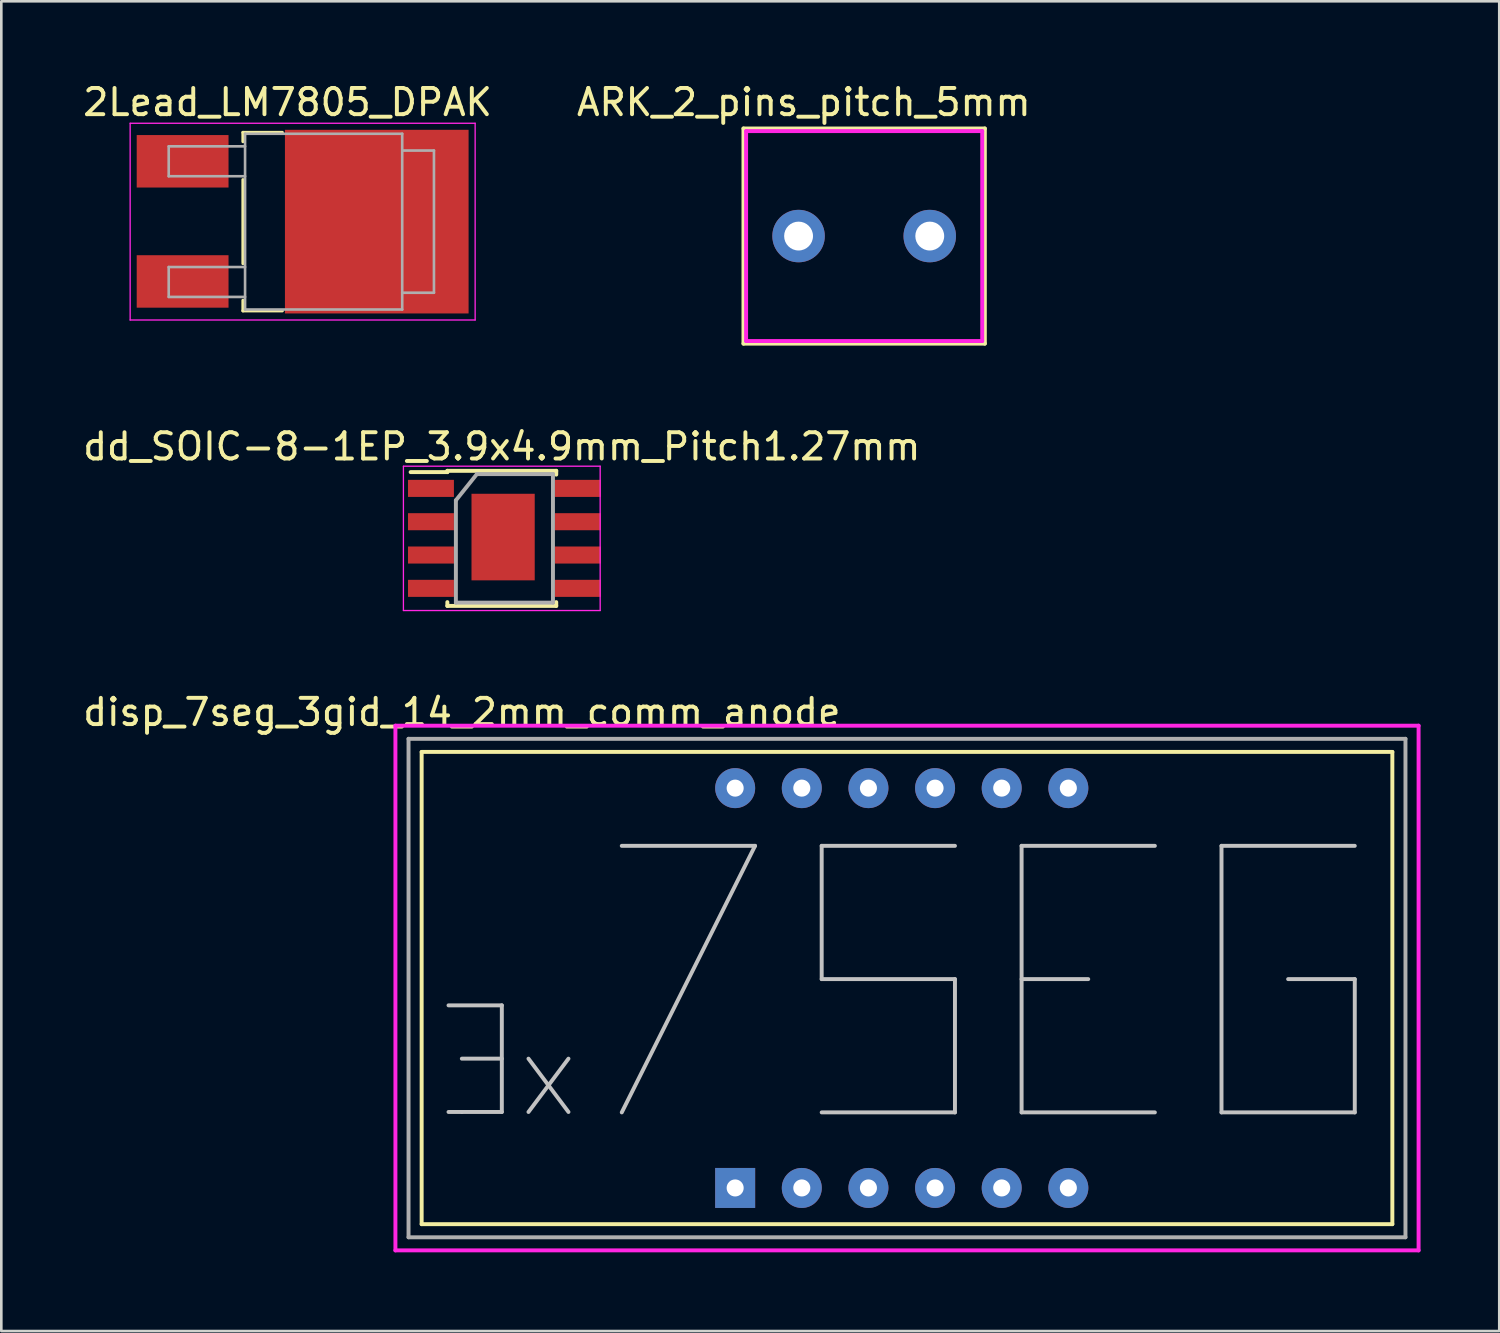
<source format=kicad_pcb>
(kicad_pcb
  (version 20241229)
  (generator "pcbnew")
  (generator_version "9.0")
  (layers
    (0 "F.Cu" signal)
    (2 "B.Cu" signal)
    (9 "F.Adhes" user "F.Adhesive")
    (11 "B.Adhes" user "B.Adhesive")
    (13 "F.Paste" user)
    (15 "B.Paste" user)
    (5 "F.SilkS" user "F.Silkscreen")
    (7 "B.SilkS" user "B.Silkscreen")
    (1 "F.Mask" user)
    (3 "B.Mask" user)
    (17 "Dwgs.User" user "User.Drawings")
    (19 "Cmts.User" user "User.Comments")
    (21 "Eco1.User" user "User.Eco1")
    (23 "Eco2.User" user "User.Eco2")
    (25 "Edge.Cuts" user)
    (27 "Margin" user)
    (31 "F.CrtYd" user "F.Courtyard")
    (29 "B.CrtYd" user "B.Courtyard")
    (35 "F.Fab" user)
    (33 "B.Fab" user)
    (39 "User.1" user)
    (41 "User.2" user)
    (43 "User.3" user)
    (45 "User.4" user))
  (footprint "2Lead_LM7805_DPAK"
    (layer "F.Cu")
    (at 7.611 5.388)
    (property "Reference" "2Lead_LM7805_DPAK" (at 0.3 -4.54 0) (layer "F.SilkS") (effects (font (size 1 1) (thickness 0.15))))
    (attr smd)
    (fp_line (start -1.4 -3.39) (end 0.1 -3.39) (stroke (width 0.12) (type solid)) (layer "F.SilkS"))
    (fp_line (start -1.4 -3.04) (end -1.4 -3.39) (stroke (width 0.12) (type solid)) (layer "F.SilkS"))
    (fp_line (start -1.4 1.61) (end -1.4 -1.59) (stroke (width 0.12) (type solid)) (layer "F.SilkS"))
    (fp_line (start -1.4 3.41) (end -1.4 3.01) (stroke (width 0.12) (type solid)) (layer "F.SilkS"))
    (fp_line (start 0.1 3.41) (end -1.4 3.41) (stroke (width 0.12) (type solid)) (layer "F.SilkS"))
    (fp_line (start -5.7 3.76) (end -5.7 -3.74) (stroke (width 0.05) (type solid)) (layer "F.CrtYd"))
    (fp_line (start -5.7 3.76) (end 7.45 3.76) (stroke (width 0.05) (type solid)) (layer "F.CrtYd"))
    (fp_line (start 7.45 -3.74) (end -5.7 -3.74) (stroke (width 0.05) (type solid)) (layer "F.CrtYd"))
    (fp_line (start 7.45 -3.74) (end 7.45 3.76) (stroke (width 0.05) (type solid)) (layer "F.CrtYd"))
    (fp_line (start -4.23 -2.86) (end -4.23 -1.72) (stroke (width 0.1) (type solid)) (layer "F.Fab"))
    (fp_line (start -4.23 -1.72) (end -1.32 -1.72) (stroke (width 0.1) (type solid)) (layer "F.Fab"))
    (fp_line (start -4.23 1.74) (end -4.23 2.88) (stroke (width 0.1) (type solid)) (layer "F.Fab"))
    (fp_line (start -4.23 2.88) (end -1.32 2.88) (stroke (width 0.1) (type solid)) (layer "F.Fab"))
    (fp_line (start -1.32 -2.86) (end -4.23 -2.86) (stroke (width 0.1) (type solid)) (layer "F.Fab"))
    (fp_line (start -1.32 1.74) (end -4.23 1.74) (stroke (width 0.1) (type solid)) (layer "F.Fab"))
    (fp_line (start -1.32 3.36) (end -1.32 -3.34) (stroke (width 0.1) (type solid)) (layer "F.Fab"))
    (fp_line (start -1.32 3.36) (end 4.67 3.36) (stroke (width 0.1) (type solid)) (layer "F.Fab"))
    (fp_line (start 4.67 -3.34) (end -1.32 -3.34) (stroke (width 0.1) (type solid)) (layer "F.Fab"))
    (fp_line (start 4.67 3.36) (end 4.67 -3.34) (stroke (width 0.1) (type solid)) (layer "F.Fab"))
    (fp_line (start 4.68 -2.7) (end 5.88 -2.7) (stroke (width 0.1) (type solid)) (layer "F.Fab"))
    (fp_line (start 5.88 -2.7) (end 5.88 2.72) (stroke (width 0.1) (type solid)) (layer "F.Fab"))
    (fp_line (start 5.88 2.72) (end 4.67 2.72) (stroke (width 0.1) (type solid)) (layer "F.Fab"))
    (pad "GND" smd rect (at 3.7 0.01 270) (size 7 7) (layers "F.Cu" "F.Mask" "F.Paste"))
    (pad "VI" smd rect (at -3.7 -2.29 270) (size 2 3.5) (layers "F.Cu" "F.Mask" "F.Paste"))
    (pad "VO" smd rect (at -3.7 2.29 270) (size 2 3.5) (layers "F.Cu" "F.Mask" "F.Paste")))
  (footprint "ARK_2_pins_pitch_5mm"
    (layer "F.Cu")
    (at 27.389 5.948)
    (property "Reference" "ARK_2_pins_pitch_5mm" (at 0.2 -5.1 0) (layer "F.SilkS") (effects (font (size 1 1) (thickness 0.15))))
    (attr through_hole)
    (fp_line (start -2.1 -4.1) (end 7.1 -4.1) (stroke (width 0.15) (type solid)) (layer "F.SilkS"))
    (fp_line (start -2.1 4.1) (end -2.1 -4.1) (stroke (width 0.15) (type solid)) (layer "F.SilkS"))
    (fp_line (start 7.1 -4.1) (end 7.1 4.1) (stroke (width 0.15) (type solid)) (layer "F.SilkS"))
    (fp_line (start 7.1 4.1) (end -2.1 4.1) (stroke (width 0.15) (type solid)) (layer "F.SilkS"))
    (fp_line (start -2 -4) (end 7 -4) (stroke (width 0.15) (type solid)) (layer "F.CrtYd"))
    (fp_line (start -2 4) (end -2 -4) (stroke (width 0.15) (type solid)) (layer "F.CrtYd"))
    (fp_line (start 7 -4) (end 7 4) (stroke (width 0.15) (type solid)) (layer "F.CrtYd"))
    (fp_line (start 7 4) (end -2 4) (stroke (width 0.15) (type solid)) (layer "F.CrtYd"))
    (pad "1" thru_hole circle (at 0 0) (size 2 2) (drill 1.1) (layers "*.Cu" "*.Mask"))
    (pad "2" thru_hole circle (at 5 0) (size 2 2) (drill 1.1) (layers "*.Cu" "*.Mask")))
  (footprint "disp_7seg_3gid_14_2mm_comm_anode"
    (layer "F.Cu")
    (at 12.522 25.111)
    (property "Reference" "disp_7seg_3gid_14_2mm_comm_anode" (at 2.032 -1.016 0) (layer "F.SilkS") (effects (font (size 1 1) (thickness 0.15))))
    (attr through_hole)
    (fp_line (start 0.5 0.5) (end 37.5 0.5) (stroke (width 0.15) (type solid)) (layer "F.SilkS"))
    (fp_line (start 0.5 18.5) (end 0.5 0.5) (stroke (width 0.15) (type solid)) (layer "F.SilkS"))
    (fp_line (start 37.5 0.5) (end 37.5 18.5) (stroke (width 0.15) (type solid)) (layer "F.SilkS"))
    (fp_line (start 37.5 18.5) (end 0.5 18.5) (stroke (width 0.15) (type solid)) (layer "F.SilkS"))
    (fp_line (start 1.524 10.16) (end 3.556 10.16) (stroke (width 0.15) (type solid)) (layer "Dwgs.User"))
    (fp_line (start 2.032 14.224) (end 1.524 14.224) (stroke (width 0.15) (type solid)) (layer "Dwgs.User"))
    (fp_line (start 3.556 10.16) (end 3.556 14.224) (stroke (width 0.15) (type solid)) (layer "Dwgs.User"))
    (fp_line (start 3.556 12.192) (end 2.032 12.192) (stroke (width 0.15) (type solid)) (layer "Dwgs.User"))
    (fp_line (start 3.556 14.224) (end 2.032 14.224) (stroke (width 0.15) (type solid)) (layer "Dwgs.User"))
    (fp_line (start 4.572 12.192) (end 6.096 14.224) (stroke (width 0.15) (type solid)) (layer "Dwgs.User"))
    (fp_line (start 4.572 14.224) (end 6.096 12.192) (stroke (width 0.15) (type solid)) (layer "Dwgs.User"))
    (fp_line (start 8.128 4.08) (end 13.208 4.08) (stroke (width 0.15) (type solid)) (layer "Dwgs.User"))
    (fp_line (start 13.208 4.08) (end 8.128 14.24) (stroke (width 0.15) (type solid)) (layer "Dwgs.User"))
    (fp_line (start 15.748 4.08) (end 15.748 9.16) (stroke (width 0.15) (type solid)) (layer "Dwgs.User"))
    (fp_line (start 15.748 9.16) (end 20.828 9.16) (stroke (width 0.15) (type solid)) (layer "Dwgs.User"))
    (fp_line (start 20.828 4.08) (end 15.748 4.08) (stroke (width 0.15) (type solid)) (layer "Dwgs.User"))
    (fp_line (start 20.828 9.16) (end 20.828 14.24) (stroke (width 0.15) (type solid)) (layer "Dwgs.User"))
    (fp_line (start 20.828 14.24) (end 15.748 14.24) (stroke (width 0.15) (type solid)) (layer "Dwgs.User"))
    (fp_line (start 23.368 4.08) (end 23.368 14.24) (stroke (width 0.15) (type solid)) (layer "Dwgs.User"))
    (fp_line (start 23.368 9.16) (end 25.908 9.16) (stroke (width 0.15) (type solid)) (layer "Dwgs.User"))
    (fp_line (start 23.368 14.24) (end 28.448 14.24) (stroke (width 0.15) (type solid)) (layer "Dwgs.User"))
    (fp_line (start 28.448 4.08) (end 23.368 4.08) (stroke (width 0.15) (type solid)) (layer "Dwgs.User"))
    (fp_line (start 30.988 4.08) (end 30.988 14.24) (stroke (width 0.15) (type solid)) (layer "Dwgs.User"))
    (fp_line (start 30.988 14.24) (end 36.068 14.24) (stroke (width 0.15) (type solid)) (layer "Dwgs.User"))
    (fp_line (start 36.068 4.08) (end 30.988 4.08) (stroke (width 0.15) (type solid)) (layer "Dwgs.User"))
    (fp_line (start 36.068 9.16) (end 33.528 9.16) (stroke (width 0.15) (type solid)) (layer "Dwgs.User"))
    (fp_line (start 36.068 14.24) (end 36.068 9.16) (stroke (width 0.15) (type solid)) (layer "Dwgs.User"))
    (fp_line (start -0.5 -0.5) (end -0.5 19.5) (stroke (width 0.15) (type solid)) (layer "F.CrtYd"))
    (fp_line (start -0.5 19.5) (end 38.5 19.5) (stroke (width 0.15) (type solid)) (layer "F.CrtYd"))
    (fp_line (start 38.5 -0.5) (end -0.5 -0.5) (stroke (width 0.15) (type solid)) (layer "F.CrtYd"))
    (fp_line (start 38.5 19.5) (end 38.5 -0.5) (stroke (width 0.15) (type solid)) (layer "F.CrtYd"))
    (fp_line (start 0 0) (end 38 0) (stroke (width 0.15) (type solid)) (layer "F.Fab"))
    (fp_line (start 0 19) (end 0 0) (stroke (width 0.15) (type solid)) (layer "F.Fab"))
    (fp_line (start 38 0) (end 38 19) (stroke (width 0.15) (type solid)) (layer "F.Fab"))
    (fp_line (start 38 19) (end 0 19) (stroke (width 0.15) (type solid)) (layer "F.Fab"))
    (pad "1" thru_hole rect (at 12.45 17.12) (size 1.524 1.524) (drill 0.65) (layers "*.Cu" "*.Mask"))
    (pad "2" thru_hole circle (at 14.99 17.12) (size 1.524 1.524) (drill 0.65) (layers "*.Cu" "*.Mask"))
    (pad "3" thru_hole circle (at 17.53 17.12) (size 1.524 1.524) (drill 0.65) (layers "*.Cu" "*.Mask"))
    (pad "4" thru_hole circle (at 20.07 17.12) (size 1.524 1.524) (drill 0.65) (layers "*.Cu" "*.Mask"))
    (pad "5" thru_hole circle (at 22.61 17.12) (size 1.524 1.524) (drill 0.65) (layers "*.Cu" "*.Mask"))
    (pad "6" thru_hole circle (at 25.15 17.12) (size 1.524 1.524) (drill 0.65) (layers "*.Cu" "*.Mask"))
    (pad "7" thru_hole circle (at 25.15 1.88) (size 1.524 1.524) (drill 0.65) (layers "*.Cu" "*.Mask"))
    (pad "8" thru_hole circle (at 22.61 1.88) (size 1.524 1.524) (drill 0.65) (layers "*.Cu" "*.Mask"))
    (pad "9" thru_hole circle (at 20.07 1.88) (size 1.524 1.524) (drill 0.65) (layers "*.Cu" "*.Mask"))
    (pad "10" thru_hole circle (at 17.53 1.88) (size 1.524 1.524) (drill 0.65) (layers "*.Cu" "*.Mask"))
    (pad "11" thru_hole circle (at 14.99 1.88) (size 1.524 1.524) (drill 0.65) (layers "*.Cu" "*.Mask"))
    (pad "12" thru_hole circle (at 12.45 1.88) (size 1.524 1.524) (drill 0.65) (layers "*.Cu" "*.Mask")))
  (footprint "dd_SOIC-8-1EP_3.9x4.9mm_Pitch1.27mm"
    (layer "F.Cu")
    (at 16.077 17.471)
    (property "Reference" "dd_SOIC-8-1EP_3.9x4.9mm_Pitch1.27mm" (at 0 -3.5 0) (layer "F.SilkS") (effects (font (size 1 1) (thickness 0.15))))
    (attr smd)
    (fp_line (start -2.075 -2.575) (end -2.075 -2.525) (stroke (width 0.15) (type solid)) (layer "F.SilkS"))
    (fp_line (start -2.075 -2.575) (end 2.075 -2.575) (stroke (width 0.15) (type solid)) (layer "F.SilkS"))
    (fp_line (start -2.075 -2.525) (end -3.475 -2.525) (stroke (width 0.15) (type solid)) (layer "F.SilkS"))
    (fp_line (start -2.075 2.575) (end -2.075 2.43) (stroke (width 0.15) (type solid)) (layer "F.SilkS"))
    (fp_line (start -2.075 2.575) (end 2.075 2.575) (stroke (width 0.15) (type solid)) (layer "F.SilkS"))
    (fp_line (start 2.075 -2.575) (end 2.075 -2.43) (stroke (width 0.15) (type solid)) (layer "F.SilkS"))
    (fp_line (start 2.075 2.575) (end 2.075 2.43) (stroke (width 0.15) (type solid)) (layer "F.SilkS"))
    (fp_line (start -3.75 -2.75) (end -3.75 2.75) (stroke (width 0.05) (type solid)) (layer "F.CrtYd"))
    (fp_line (start -3.75 -2.75) (end 3.75 -2.75) (stroke (width 0.05) (type solid)) (layer "F.CrtYd"))
    (fp_line (start -3.75 2.75) (end 3.75 2.75) (stroke (width 0.05) (type solid)) (layer "F.CrtYd"))
    (fp_line (start 3.75 -2.75) (end 3.75 2.75) (stroke (width 0.05) (type solid)) (layer "F.CrtYd"))
    (fp_line (start -1.75 -1.45) (end -0.95 -2.45) (stroke (width 0.15) (type solid)) (layer "F.Fab"))
    (fp_line (start -1.75 2.45) (end -1.75 -1.45) (stroke (width 0.15) (type solid)) (layer "F.Fab"))
    (fp_line (start -0.95 -2.45) (end 1.95 -2.45) (stroke (width 0.15) (type solid)) (layer "F.Fab"))
    (fp_line (start 1.95 -2.45) (end 1.95 2.45) (stroke (width 0.15) (type solid)) (layer "F.Fab"))
    (fp_line (start 1.95 2.45) (end -1.75 2.45) (stroke (width 0.15) (type solid)) (layer "F.Fab"))
    (pad "1" smd rect (at -2.7 -1.905) (size 1.75 0.65) (layers "F.Cu" "F.Mask" "F.Paste"))
    (pad "2" smd rect (at -2.7 -0.635) (size 1.75 0.65) (layers "F.Cu" "F.Mask" "F.Paste"))
    (pad "3" smd rect (at -2.7 0.635) (size 1.75 0.65) (layers "F.Cu" "F.Mask" "F.Paste"))
    (pad "4" smd rect (at -2.7 1.905) (size 1.75 0.65) (layers "F.Cu" "F.Mask" "F.Paste"))
    (pad "5" smd rect (at 2.9 1.905) (size 1.75 0.65) (layers "F.Cu" "F.Mask" "F.Paste"))
    (pad "6" smd rect (at 2.9 0.635) (size 1.75 0.65) (layers "F.Cu" "F.Mask" "F.Paste"))
    (pad "7" smd rect (at 2.9 -0.635) (size 1.75 0.65) (layers "F.Cu" "F.Mask" "F.Paste"))
    (pad "8" smd rect (at 2.9 -1.905) (size 1.75 0.65) (layers "F.Cu" "F.Mask" "F.Paste"))
    (pad "9" smd rect (at 0.05 -0.05) (size 2.41 3.3) (layers "F.Cu" "F.Mask" "F.Paste")))
  (gr_rect
    (start -3 -3)
    (end 54.097 47.686)
    (stroke (width 0.1) (type default))
    (fill no)
    (layer "Edge.Cuts")))
</source>
